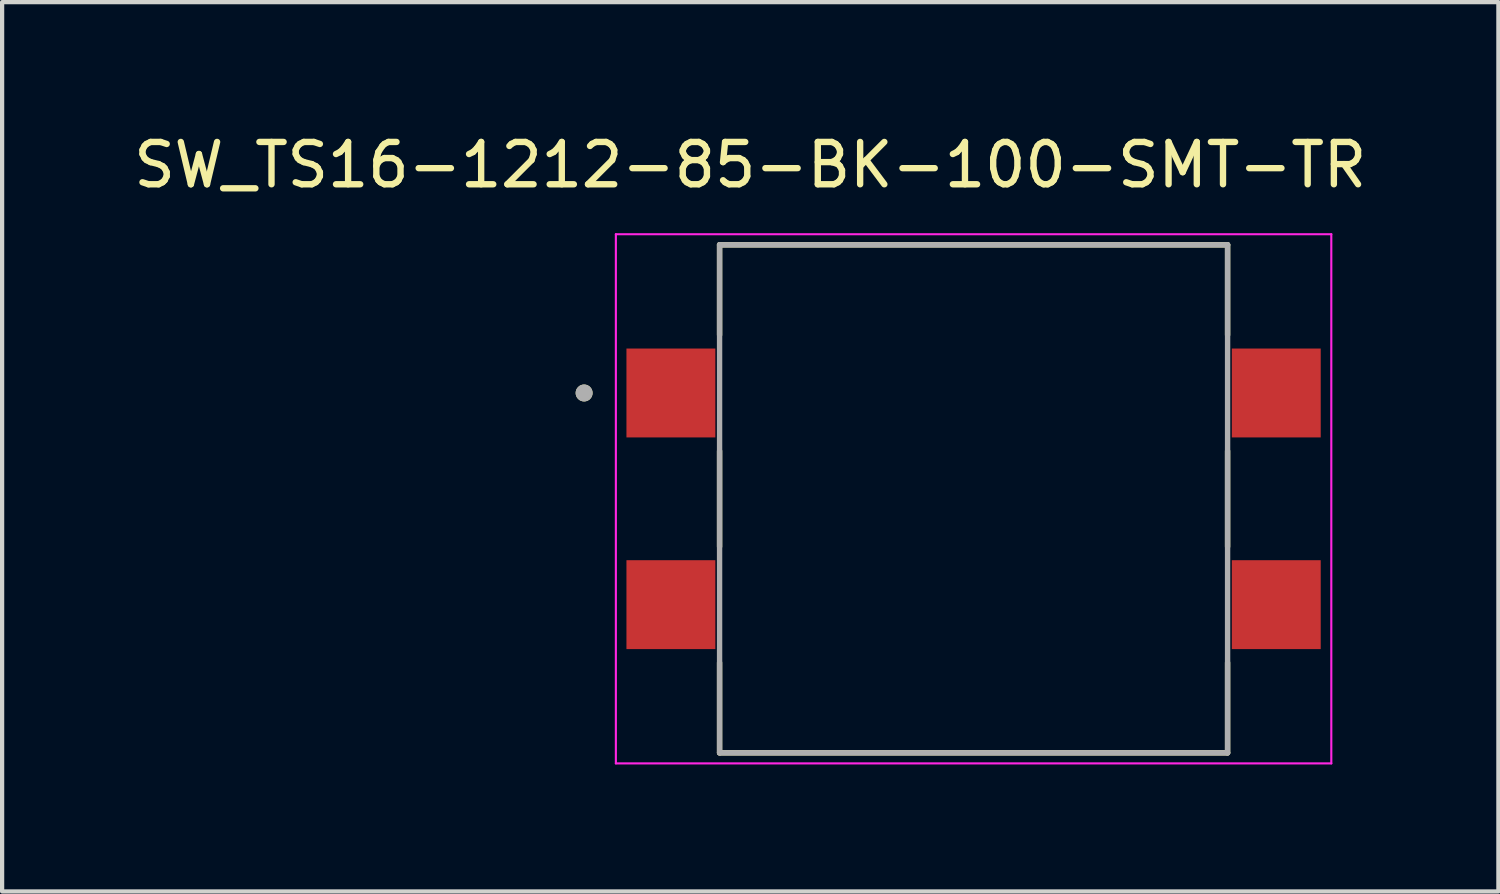
<source format=kicad_pcb>
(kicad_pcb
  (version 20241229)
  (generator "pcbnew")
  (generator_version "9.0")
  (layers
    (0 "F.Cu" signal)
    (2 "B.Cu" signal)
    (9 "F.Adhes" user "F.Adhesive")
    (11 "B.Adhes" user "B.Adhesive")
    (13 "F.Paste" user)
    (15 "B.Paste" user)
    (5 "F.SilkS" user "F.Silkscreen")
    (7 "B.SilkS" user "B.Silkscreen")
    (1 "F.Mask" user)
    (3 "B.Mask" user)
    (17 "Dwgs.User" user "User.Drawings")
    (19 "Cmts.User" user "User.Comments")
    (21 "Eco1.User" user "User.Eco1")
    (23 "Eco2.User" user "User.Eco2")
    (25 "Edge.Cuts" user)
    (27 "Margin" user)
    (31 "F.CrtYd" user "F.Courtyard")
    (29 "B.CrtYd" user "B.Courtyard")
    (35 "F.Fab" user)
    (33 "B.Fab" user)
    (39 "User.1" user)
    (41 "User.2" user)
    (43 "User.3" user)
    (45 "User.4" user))
  (footprint "SW_TS16-1212-85-BK-100-SMT-TR"
    (layer "F.Cu")
    (at 19.948 8.733)
    (property "Reference" "SW_TS16-1212-85-BK-100-SMT-TR" (at -5.275 -7.885 0) (layer "F.SilkS") (effects (font (size 1 1) (thickness 0.15))))
    (attr smd)
    (fp_line (start -6 -6) (end 6 -6) (stroke (width 0.127) (type solid)) (layer "F.SilkS"))
    (fp_line (start -6 -3.87) (end -6 -6) (stroke (width 0.127) (type solid)) (layer "F.SilkS"))
    (fp_line (start -6 -1.13) (end -6 1.13) (stroke (width 0.127) (type solid)) (layer "F.SilkS"))
    (fp_line (start -6 6) (end -6 3.87) (stroke (width 0.127) (type solid)) (layer "F.SilkS"))
    (fp_line (start 6 -6) (end 6 -3.87) (stroke (width 0.127) (type solid)) (layer "F.SilkS"))
    (fp_line (start 6 -1.13) (end 6 1.13) (stroke (width 0.127) (type solid)) (layer "F.SilkS"))
    (fp_line (start 6 6) (end -6 6) (stroke (width 0.127) (type solid)) (layer "F.SilkS"))
    (fp_line (start 6 6) (end 6 3.87) (stroke (width 0.127) (type solid)) (layer "F.SilkS"))
    (fp_circle (center -9.2 -2.5) (end -9.1 -2.5) (stroke (width 0.2) (type solid)) (fill no) (layer "F.SilkS"))
    (fp_line (start -8.45 -6.25) (end -8.45 6.25) (stroke (width 0.05) (type solid)) (layer "F.CrtYd"))
    (fp_line (start -8.45 6.25) (end 8.45 6.25) (stroke (width 0.05) (type solid)) (layer "F.CrtYd"))
    (fp_line (start 8.45 -6.25) (end -8.45 -6.25) (stroke (width 0.05) (type solid)) (layer "F.CrtYd"))
    (fp_line (start 8.45 6.25) (end 8.45 -6.25) (stroke (width 0.05) (type solid)) (layer "F.CrtYd"))
    (fp_line (start -6 -6) (end 6 -6) (stroke (width 0.127) (type solid)) (layer "F.Fab"))
    (fp_line (start -6 6) (end -6 -6) (stroke (width 0.127) (type solid)) (layer "F.Fab"))
    (fp_line (start 6 -6) (end 6 6) (stroke (width 0.127) (type solid)) (layer "F.Fab"))
    (fp_line (start 6 6) (end -6 6) (stroke (width 0.127) (type solid)) (layer "F.Fab"))
    (fp_circle (center -9.2 -2.5) (end -9.1 -2.5) (stroke (width 0.2) (type solid)) (fill no) (layer "F.Fab"))
    (pad "1" smd rect (at -7.15 -2.5) (size 2.1 2.1) (layers "F.Cu" "F.Mask" "F.Paste"))
    (pad "2" smd rect (at 7.15 -2.5) (size 2.1 2.1) (layers "F.Cu" "F.Mask" "F.Paste"))
    (pad "3" smd rect (at -7.15 2.5) (size 2.1 2.1) (layers "F.Cu" "F.Mask" "F.Paste"))
    (pad "4" smd rect (at 7.15 2.5) (size 2.1 2.1) (layers "F.Cu" "F.Mask" "F.Paste")))
  (gr_rect
    (start -3 -3)
    (end 32.345 18.008)
    (stroke (width 0.1) (type default))
    (fill no)
    (layer "Edge.Cuts")))
</source>
